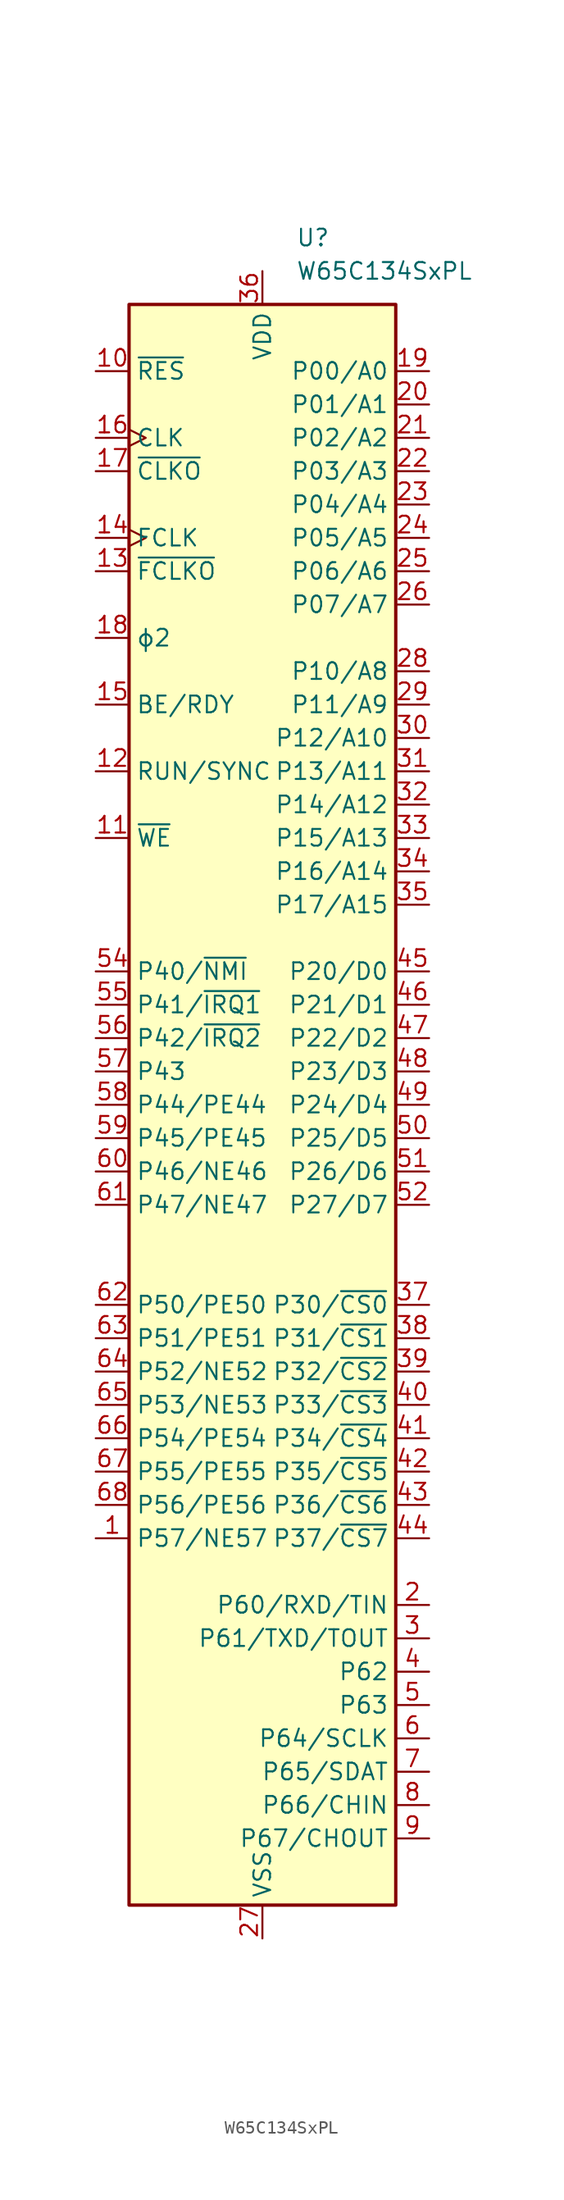
<source format=kicad_sym>
(kicad_symbol_lib
  (version 20211014)
  (generator kicad_symbol_editor)
  (symbol "W65C134SxPL"
    (property "Reference" "U"
      (at 2.54 66.04 0)
      (effects (font (size 1.27 1.27)) (justify left)))
    (property "Value" "W65C134SxPL"
      (at 2.54 63.5 0)
      (effects (font (size 1.27 1.27)) (justify left)))
    (symbol "W65C134SxPL_0_1"
      (rectangle (start -10.16 60.96) (end 10.16 -60.96) (stroke (width 0.254) (type default) (color 0 0 0 0)) (fill (type background))))
    (symbol "W65C134SxPL_1_1"
      (pin bidirectional line (at -12.7 -33.02 0) (length 2.54) (name "P57/NE57" (effects (font (size 1.27 1.27)))) (number "1" (effects (font (size 1.27 1.27)))))
      (pin open_collector line (at -12.7 55.88 0) (length 2.54) (name "~{RES}" (effects (font (size 1.27 1.27)))) (number "10" (effects (font (size 1.27 1.27)))))
      (pin bidirectional line (at -12.7 20.32 0) (length 2.54) (name "~{WE}" (effects (font (size 1.27 1.27)))) (number "11" (effects (font (size 1.27 1.27)))))
      (pin output line (at -12.7 25.4 0) (length 2.54) (name "RUN/SYNC" (effects (font (size 1.27 1.27)))) (number "12" (effects (font (size 1.27 1.27)))))
      (pin output line (at -12.7 40.64 0) (length 2.54) (name "~{FCLKO}" (effects (font (size 1.27 1.27)))) (number "13" (effects (font (size 1.27 1.27)))))
      (pin input clock (at -12.7 43.18 0) (length 2.54) (name "FCLK" (effects (font (size 1.27 1.27)))) (number "14" (effects (font (size 1.27 1.27)))))
      (pin input line (at -12.7 30.48 0) (length 2.54) (name "BE/RDY" (effects (font (size 1.27 1.27)))) (number "15" (effects (font (size 1.27 1.27)))))
      (pin input clock (at -12.7 50.8 0) (length 2.54) (name "CLK" (effects (font (size 1.27 1.27)))) (number "16" (effects (font (size 1.27 1.27)))))
      (pin output line (at -12.7 48.26 0) (length 2.54) (name "~{CLKO}" (effects (font (size 1.27 1.27)))) (number "17" (effects (font (size 1.27 1.27)))))
      (pin output line (at -12.7 35.56 0) (length 2.54) (name "ϕ2" (effects (font (size 1.27 1.27)))) (number "18" (effects (font (size 1.27 1.27)))))
      (pin bidirectional line (at 12.7 55.88 180) (length 2.54) (name "P00/A0" (effects (font (size 1.27 1.27)))) (number "19" (effects (font (size 1.27 1.27)))))
      (pin bidirectional line (at 12.7 -38.1 180) (length 2.54) (name "P60/RXD/TIN" (effects (font (size 1.27 1.27)))) (number "2" (effects (font (size 1.27 1.27)))))
      (pin bidirectional line (at 12.7 53.34 180) (length 2.54) (name "P01/A1" (effects (font (size 1.27 1.27)))) (number "20" (effects (font (size 1.27 1.27)))))
      (pin bidirectional line (at 12.7 50.8 180) (length 2.54) (name "P02/A2" (effects (font (size 1.27 1.27)))) (number "21" (effects (font (size 1.27 1.27)))))
      (pin bidirectional line (at 12.7 48.26 180) (length 2.54) (name "P03/A3" (effects (font (size 1.27 1.27)))) (number "22" (effects (font (size 1.27 1.27)))))
      (pin bidirectional line (at 12.7 45.72 180) (length 2.54) (name "P04/A4" (effects (font (size 1.27 1.27)))) (number "23" (effects (font (size 1.27 1.27)))))
      (pin bidirectional line (at 12.7 43.18 180) (length 2.54) (name "P05/A5" (effects (font (size 1.27 1.27)))) (number "24" (effects (font (size 1.27 1.27)))))
      (pin bidirectional line (at 12.7 40.64 180) (length 2.54) (name "P06/A6" (effects (font (size 1.27 1.27)))) (number "25" (effects (font (size 1.27 1.27)))))
      (pin bidirectional line (at 12.7 38.1 180) (length 2.54) (name "P07/A7" (effects (font (size 1.27 1.27)))) (number "26" (effects (font (size 1.27 1.27)))))
      (pin power_in line (at 0 -63.5 90) (length 2.54) (name "VSS" (effects (font (size 1.27 1.27)))) (number "27" (effects (font (size 1.27 1.27)))))
      (pin bidirectional line (at 12.7 33.02 180) (length 2.54) (name "P10/A8" (effects (font (size 1.27 1.27)))) (number "28" (effects (font (size 1.27 1.27)))))
      (pin bidirectional line (at 12.7 30.48 180) (length 2.54) (name "P11/A9" (effects (font (size 1.27 1.27)))) (number "29" (effects (font (size 1.27 1.27)))))
      (pin bidirectional line (at 12.7 -40.64 180) (length 2.54) (name "P61/TXD/TOUT" (effects (font (size 1.27 1.27)))) (number "3" (effects (font (size 1.27 1.27)))))
      (pin bidirectional line (at 12.7 27.94 180) (length 2.54) (name "P12/A10" (effects (font (size 1.27 1.27)))) (number "30" (effects (font (size 1.27 1.27)))))
      (pin bidirectional line (at 12.7 25.4 180) (length 2.54) (name "P13/A11" (effects (font (size 1.27 1.27)))) (number "31" (effects (font (size 1.27 1.27)))))
      (pin bidirectional line (at 12.7 22.86 180) (length 2.54) (name "P14/A12" (effects (font (size 1.27 1.27)))) (number "32" (effects (font (size 1.27 1.27)))))
      (pin bidirectional line (at 12.7 20.32 180) (length 2.54) (name "P15/A13" (effects (font (size 1.27 1.27)))) (number "33" (effects (font (size 1.27 1.27)))))
      (pin bidirectional line (at 12.7 17.78 180) (length 2.54) (name "P16/A14" (effects (font (size 1.27 1.27)))) (number "34" (effects (font (size 1.27 1.27)))))
      (pin bidirectional line (at 12.7 15.24 180) (length 2.54) (name "P17/A15" (effects (font (size 1.27 1.27)))) (number "35" (effects (font (size 1.27 1.27)))))
      (pin power_in line (at 0 63.5 270) (length 2.54) (name "VDD" (effects (font (size 1.27 1.27)))) (number "36" (effects (font (size 1.27 1.27)))))
      (pin output line (at 12.7 -15.24 180) (length 2.54) (name "P30/~{CS0}" (effects (font (size 1.27 1.27)))) (number "37" (effects (font (size 1.27 1.27)))))
      (pin output line (at 12.7 -17.78 180) (length 2.54) (name "P31/~{CS1}" (effects (font (size 1.27 1.27)))) (number "38" (effects (font (size 1.27 1.27)))))
      (pin output line (at 12.7 -20.32 180) (length 2.54) (name "P32/~{CS2}" (effects (font (size 1.27 1.27)))) (number "39" (effects (font (size 1.27 1.27)))))
      (pin bidirectional line (at 12.7 -43.18 180) (length 2.54) (name "P62" (effects (font (size 1.27 1.27)))) (number "4" (effects (font (size 1.27 1.27)))))
      (pin output line (at 12.7 -22.86 180) (length 2.54) (name "P33/~{CS3}" (effects (font (size 1.27 1.27)))) (number "40" (effects (font (size 1.27 1.27)))))
      (pin output line (at 12.7 -25.4 180) (length 2.54) (name "P34/~{CS4}" (effects (font (size 1.27 1.27)))) (number "41" (effects (font (size 1.27 1.27)))))
      (pin output line (at 12.7 -27.94 180) (length 2.54) (name "P35/~{CS5}" (effects (font (size 1.27 1.27)))) (number "42" (effects (font (size 1.27 1.27)))))
      (pin output line (at 12.7 -30.48 180) (length 2.54) (name "P36/~{CS6}" (effects (font (size 1.27 1.27)))) (number "43" (effects (font (size 1.27 1.27)))))
      (pin output line (at 12.7 -33.02 180) (length 2.54) (name "P37/~{CS7}" (effects (font (size 1.27 1.27)))) (number "44" (effects (font (size 1.27 1.27)))))
      (pin bidirectional line (at 12.7 10.16 180) (length 2.54) (name "P20/D0" (effects (font (size 1.27 1.27)))) (number "45" (effects (font (size 1.27 1.27)))))
      (pin bidirectional line (at 12.7 7.62 180) (length 2.54) (name "P21/D1" (effects (font (size 1.27 1.27)))) (number "46" (effects (font (size 1.27 1.27)))))
      (pin bidirectional line (at 12.7 5.08 180) (length 2.54) (name "P22/D2" (effects (font (size 1.27 1.27)))) (number "47" (effects (font (size 1.27 1.27)))))
      (pin bidirectional line (at 12.7 2.54 180) (length 2.54) (name "P23/D3" (effects (font (size 1.27 1.27)))) (number "48" (effects (font (size 1.27 1.27)))))
      (pin bidirectional line (at 12.7 0 180) (length 2.54) (name "P24/D4" (effects (font (size 1.27 1.27)))) (number "49" (effects (font (size 1.27 1.27)))))
      (pin bidirectional line (at 12.7 -45.72 180) (length 2.54) (name "P63" (effects (font (size 1.27 1.27)))) (number "5" (effects (font (size 1.27 1.27)))))
      (pin bidirectional line (at 12.7 -2.54 180) (length 2.54) (name "P25/D5" (effects (font (size 1.27 1.27)))) (number "50" (effects (font (size 1.27 1.27)))))
      (pin bidirectional line (at 12.7 -5.08 180) (length 2.54) (name "P26/D6" (effects (font (size 1.27 1.27)))) (number "51" (effects (font (size 1.27 1.27)))))
      (pin bidirectional line (at 12.7 -7.62 180) (length 2.54) (name "P27/D7" (effects (font (size 1.27 1.27)))) (number "52" (effects (font (size 1.27 1.27)))))
      (pin passive line (at 0 -63.5 90) (length 2.54) hide (name "VSS" (effects (font (size 1.27 1.27)))) (number "53" (effects (font (size 1.27 1.27)))))
      (pin bidirectional line (at -12.7 10.16 0) (length 2.54) (name "P40/~{NMI}" (effects (font (size 1.27 1.27)))) (number "54" (effects (font (size 1.27 1.27)))))
      (pin bidirectional line (at -12.7 7.62 0) (length 2.54) (name "P41/~{IRQ1}" (effects (font (size 1.27 1.27)))) (number "55" (effects (font (size 1.27 1.27)))))
      (pin bidirectional line (at -12.7 5.08 0) (length 2.54) (name "P42/~{IRQ2}" (effects (font (size 1.27 1.27)))) (number "56" (effects (font (size 1.27 1.27)))))
      (pin bidirectional line (at -12.7 2.54 0) (length 2.54) (name "P43" (effects (font (size 1.27 1.27)))) (number "57" (effects (font (size 1.27 1.27)))))
      (pin bidirectional line (at -12.7 0 0) (length 2.54) (name "P44/PE44" (effects (font (size 1.27 1.27)))) (number "58" (effects (font (size 1.27 1.27)))))
      (pin bidirectional line (at -12.7 -2.54 0) (length 2.54) (name "P45/PE45" (effects (font (size 1.27 1.27)))) (number "59" (effects (font (size 1.27 1.27)))))
      (pin bidirectional line (at 12.7 -48.26 180) (length 2.54) (name "P64/SCLK" (effects (font (size 1.27 1.27)))) (number "6" (effects (font (size 1.27 1.27)))))
      (pin bidirectional line (at -12.7 -5.08 0) (length 2.54) (name "P46/NE46" (effects (font (size 1.27 1.27)))) (number "60" (effects (font (size 1.27 1.27)))))
      (pin bidirectional line (at -12.7 -7.62 0) (length 2.54) (name "P47/NE47" (effects (font (size 1.27 1.27)))) (number "61" (effects (font (size 1.27 1.27)))))
      (pin bidirectional line (at -12.7 -15.24 0) (length 2.54) (name "P50/PE50" (effects (font (size 1.27 1.27)))) (number "62" (effects (font (size 1.27 1.27)))))
      (pin bidirectional line (at -12.7 -17.78 0) (length 2.54) (name "P51/PE51" (effects (font (size 1.27 1.27)))) (number "63" (effects (font (size 1.27 1.27)))))
      (pin bidirectional line (at -12.7 -20.32 0) (length 2.54) (name "P52/NE52" (effects (font (size 1.27 1.27)))) (number "64" (effects (font (size 1.27 1.27)))))
      (pin bidirectional line (at -12.7 -22.86 0) (length 2.54) (name "P53/NE53" (effects (font (size 1.27 1.27)))) (number "65" (effects (font (size 1.27 1.27)))))
      (pin bidirectional line (at -12.7 -25.4 0) (length 2.54) (name "P54/PE54" (effects (font (size 1.27 1.27)))) (number "66" (effects (font (size 1.27 1.27)))))
      (pin bidirectional line (at -12.7 -27.94 0) (length 2.54) (name "P55/PE55" (effects (font (size 1.27 1.27)))) (number "67" (effects (font (size 1.27 1.27)))))
      (pin bidirectional line (at -12.7 -30.48 0) (length 2.54) (name "P56/PE56" (effects (font (size 1.27 1.27)))) (number "68" (effects (font (size 1.27 1.27)))))
      (pin bidirectional line (at 12.7 -50.8 180) (length 2.54) (name "P65/SDAT" (effects (font (size 1.27 1.27)))) (number "7" (effects (font (size 1.27 1.27)))))
      (pin bidirectional line (at 12.7 -53.34 180) (length 2.54) (name "P66/CHIN" (effects (font (size 1.27 1.27)))) (number "8" (effects (font (size 1.27 1.27)))))
      (pin bidirectional line (at 12.7 -55.88 180) (length 2.54) (name "P67/CHOUT" (effects (font (size 1.27 1.27)))) (number "9" (effects (font (size 1.27 1.27))))))))
</source>
